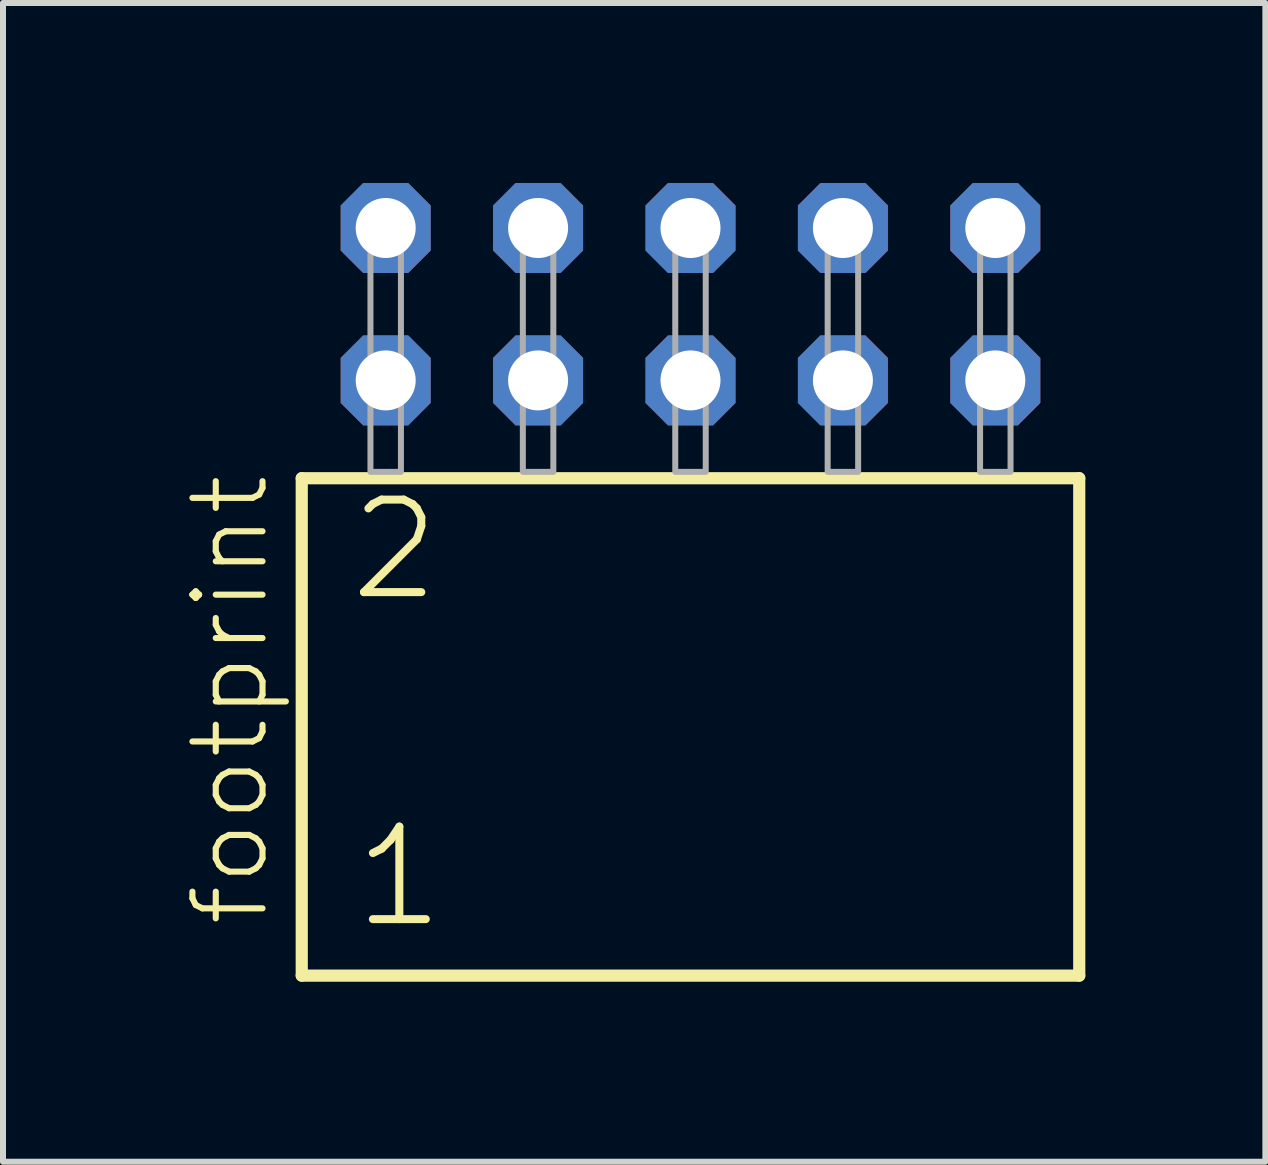
<source format=kicad_pcb>
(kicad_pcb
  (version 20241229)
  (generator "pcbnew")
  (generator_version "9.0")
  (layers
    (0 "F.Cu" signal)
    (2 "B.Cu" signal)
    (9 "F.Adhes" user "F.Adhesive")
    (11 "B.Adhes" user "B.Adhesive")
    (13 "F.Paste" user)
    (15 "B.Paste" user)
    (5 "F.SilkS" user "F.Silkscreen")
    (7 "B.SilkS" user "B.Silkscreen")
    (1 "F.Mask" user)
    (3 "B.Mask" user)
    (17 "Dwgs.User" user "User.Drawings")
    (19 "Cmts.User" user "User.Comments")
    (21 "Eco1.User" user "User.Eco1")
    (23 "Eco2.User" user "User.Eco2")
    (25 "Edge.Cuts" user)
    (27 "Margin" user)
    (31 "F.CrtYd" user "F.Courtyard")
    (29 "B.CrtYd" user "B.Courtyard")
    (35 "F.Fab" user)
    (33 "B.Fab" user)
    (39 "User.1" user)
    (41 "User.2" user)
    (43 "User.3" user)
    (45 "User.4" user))
  (footprint "footprint"
    (layer "F.Cu")
    (at 8.458 4.814)
    (property "Reference" "footprint" (at -6.985 7.62 90) (layer "F.SilkS") (effects (font (size 1.168 1.168) (thickness 0.102)) (justify left bottom)))
    (fp_line (start -6.479 0.106) (end -6.479 8.396) (stroke (width 0.203) (type solid)) (layer "F.SilkS"))
    (fp_line (start -6.479 8.396) (end 6.479 8.396) (stroke (width 0.203) (type solid)) (layer "F.SilkS"))
    (fp_line (start 6.479 0.106) (end -6.479 0.106) (stroke (width 0.203) (type solid)) (layer "F.SilkS"))
    (fp_line (start 6.479 8.396) (end 6.479 0.106) (stroke (width 0.203) (type solid)) (layer "F.SilkS"))
    (fp_poly (pts (xy -5.334 0) (xy -4.826 0) (xy -4.826 -4.318) (xy -5.334 -4.318)) (stroke (width 0.1) (type solid)) (fill no) (layer "F.Fab"))
    (fp_poly (pts (xy -2.794 0) (xy -2.286 0) (xy -2.286 -4.318) (xy -2.794 -4.318)) (stroke (width 0.1) (type solid)) (fill no) (layer "F.Fab"))
    (fp_poly (pts (xy -0.254 0) (xy 0.254 0) (xy 0.254 -4.318) (xy -0.254 -4.318)) (stroke (width 0.1) (type solid)) (fill no) (layer "F.Fab"))
    (fp_poly (pts (xy 2.286 0) (xy 2.794 0) (xy 2.794 -4.318) (xy 2.286 -4.318)) (stroke (width 0.1) (type solid)) (fill no) (layer "F.Fab"))
    (fp_poly (pts (xy 4.826 0) (xy 5.334 0) (xy 5.334 -4.318) (xy 4.826 -4.318)) (stroke (width 0.1) (type solid)) (fill no) (layer "F.Fab"))
    (fp_text user "1" (at -5.675 7.65 0) (layer "F.SilkS") (effects (font (size 1.542 1.542) (thickness 0.134)) (justify left bottom)))
    (fp_text user "2" (at -5.75 2.2 0) (layer "F.SilkS") (effects (font (size 1.542 1.542) (thickness 0.134)) (justify left bottom)))
    (pad "1" thru_hole roundrect (at -5.08 -1.524) (size 1.5 1.5) (drill 1) (layers "*.Cu" "*.Mask") (roundrect_rratio 0.25) (chamfer_ratio 0.25) (chamfer top_left top_right bottom_left bottom_right))
    (pad "2" thru_hole roundrect (at -5.08 -4.064) (size 1.5 1.5) (drill 1) (layers "*.Cu" "*.Mask") (roundrect_rratio 0.25) (chamfer_ratio 0.25) (chamfer top_left top_right bottom_left bottom_right))
    (pad "3" thru_hole roundrect (at -2.54 -1.524) (size 1.5 1.5) (drill 1) (layers "*.Cu" "*.Mask") (roundrect_rratio 0.25) (chamfer_ratio 0.25) (chamfer top_left top_right bottom_left bottom_right))
    (pad "4" thru_hole roundrect (at -2.54 -4.064) (size 1.5 1.5) (drill 1) (layers "*.Cu" "*.Mask") (roundrect_rratio 0.25) (chamfer_ratio 0.25) (chamfer top_left top_right bottom_left bottom_right))
    (pad "5" thru_hole roundrect (at 0 -1.524) (size 1.5 1.5) (drill 1) (layers "*.Cu" "*.Mask") (roundrect_rratio 0.25) (chamfer_ratio 0.25) (chamfer top_left top_right bottom_left bottom_right))
    (pad "6" thru_hole roundrect (at 0 -4.064) (size 1.5 1.5) (drill 1) (layers "*.Cu" "*.Mask") (roundrect_rratio 0.25) (chamfer_ratio 0.25) (chamfer top_left top_right bottom_left bottom_right))
    (pad "7" thru_hole roundrect (at 2.54 -1.524) (size 1.5 1.5) (drill 1) (layers "*.Cu" "*.Mask") (roundrect_rratio 0.25) (chamfer_ratio 0.25) (chamfer top_left top_right bottom_left bottom_right))
    (pad "8" thru_hole roundrect (at 2.54 -4.064) (size 1.5 1.5) (drill 1) (layers "*.Cu" "*.Mask") (roundrect_rratio 0.25) (chamfer_ratio 0.25) (chamfer top_left top_right bottom_left bottom_right))
    (pad "9" thru_hole roundrect (at 5.08 -1.524) (size 1.5 1.5) (drill 1) (layers "*.Cu" "*.Mask") (roundrect_rratio 0.25) (chamfer_ratio 0.25) (chamfer top_left top_right bottom_left bottom_right))
    (pad "10" thru_hole roundrect (at 5.08 -4.064) (size 1.5 1.5) (drill 1) (layers "*.Cu" "*.Mask") (roundrect_rratio 0.25) (chamfer_ratio 0.25) (chamfer top_left top_right bottom_left bottom_right)))
  (gr_rect
    (start -3 -3)
    (end 18.039 16.312)
    (stroke (width 0.1) (type default))
    (fill no)
    (layer "Edge.Cuts")))
</source>
